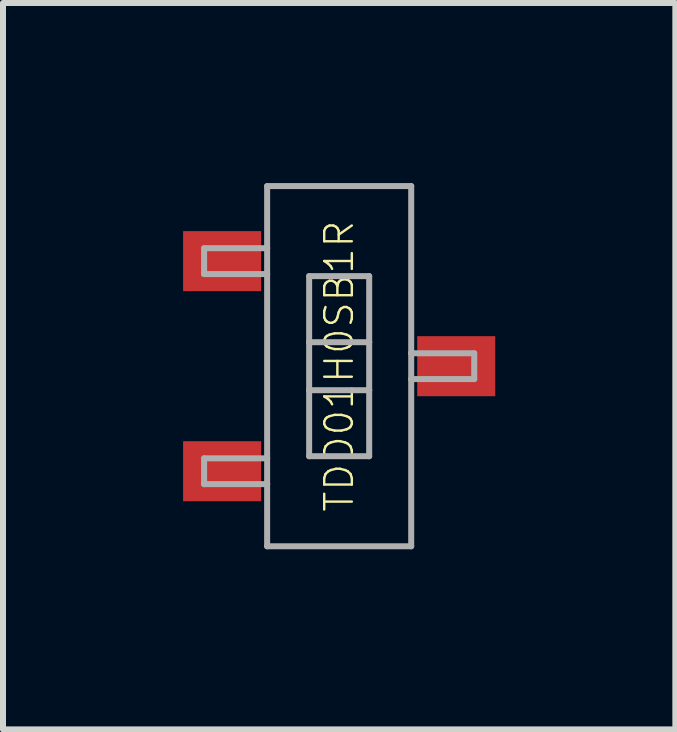
<source format=kicad_pcb>
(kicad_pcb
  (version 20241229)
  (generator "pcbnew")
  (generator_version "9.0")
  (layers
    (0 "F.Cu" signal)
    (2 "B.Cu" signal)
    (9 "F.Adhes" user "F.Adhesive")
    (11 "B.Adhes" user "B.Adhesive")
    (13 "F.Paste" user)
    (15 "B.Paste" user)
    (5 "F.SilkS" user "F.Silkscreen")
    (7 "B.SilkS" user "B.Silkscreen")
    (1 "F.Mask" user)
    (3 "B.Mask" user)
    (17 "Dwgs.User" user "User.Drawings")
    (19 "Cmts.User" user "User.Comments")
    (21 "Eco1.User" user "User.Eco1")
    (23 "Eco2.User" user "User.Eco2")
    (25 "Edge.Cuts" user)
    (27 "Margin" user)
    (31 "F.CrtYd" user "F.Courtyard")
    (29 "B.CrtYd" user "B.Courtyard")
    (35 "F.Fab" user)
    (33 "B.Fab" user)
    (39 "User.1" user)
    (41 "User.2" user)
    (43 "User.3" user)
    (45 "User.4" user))
  (footprint "TDD01H0SB1R"
    (layer "F.Cu")
    (at 2.6 3.05)
    (property "Reference" "TDD01H0SB1R" (at 0 0 90) (unlocked yes) (layer "F.SilkS") (effects (font (size 0.46 0.46) (thickness 0.04))))
    (fp_poly (pts (xy -1.3 -1.25) (xy -2.6 -1.25) (xy -2.6 -2.25) (xy -1.3 -2.25)) (stroke (width 0) (type default)) (fill yes) (layer "F.Paste"))
    (fp_poly (pts (xy -1.3 2.25) (xy -2.6 2.25) (xy -2.6 1.25) (xy -1.3 1.25)) (stroke (width 0) (type default)) (fill yes) (layer "F.Paste"))
    (fp_poly (pts (xy 2.6 0.5) (xy 1.3 0.5) (xy 1.3 -0.5) (xy 2.6 -0.5)) (stroke (width 0) (type default)) (fill yes) (layer "F.Paste"))
    (fp_line (start -2.25 -1.965) (end -1.2 -1.965) (stroke (width 0.1) (type solid)) (layer "F.Fab"))
    (fp_line (start -2.25 -1.535) (end -2.25 -1.965) (stroke (width 0.1) (type solid)) (layer "F.Fab"))
    (fp_line (start -2.25 1.535) (end -1.2 1.535) (stroke (width 0.1) (type solid)) (layer "F.Fab"))
    (fp_line (start -2.25 1.965) (end -2.25 1.535) (stroke (width 0.1) (type solid)) (layer "F.Fab"))
    (fp_line (start -1.2 -3) (end 1.2 -3) (stroke (width 0.1) (type solid)) (layer "F.Fab"))
    (fp_line (start -1.2 -1.965) (end -1.2 -3) (stroke (width 0.1) (type solid)) (layer "F.Fab"))
    (fp_line (start -1.2 -1.535) (end -2.25 -1.535) (stroke (width 0.1) (type solid)) (layer "F.Fab"))
    (fp_line (start -1.2 -1.535) (end -1.2 -1.965) (stroke (width 0.1) (type solid)) (layer "F.Fab"))
    (fp_line (start -1.2 1.535) (end -1.2 -1.535) (stroke (width 0.1) (type solid)) (layer "F.Fab"))
    (fp_line (start -1.2 1.965) (end -2.25 1.965) (stroke (width 0.1) (type solid)) (layer "F.Fab"))
    (fp_line (start -1.2 1.965) (end -1.2 1.535) (stroke (width 0.1) (type solid)) (layer "F.Fab"))
    (fp_line (start -1.2 3) (end -1.2 1.965) (stroke (width 0.1) (type solid)) (layer "F.Fab"))
    (fp_line (start -0.5 -1.5) (end -0.5 -0.4) (stroke (width 0.1) (type solid)) (layer "F.Fab"))
    (fp_line (start -0.5 -0.4) (end -0.5 0.4) (stroke (width 0.1) (type solid)) (layer "F.Fab"))
    (fp_line (start -0.5 -0.4) (end 0.5 -0.4) (stroke (width 0.1) (type solid)) (layer "F.Fab"))
    (fp_line (start -0.5 0.4) (end -0.5 1.5) (stroke (width 0.1) (type solid)) (layer "F.Fab"))
    (fp_line (start -0.5 1.5) (end 0.5 1.5) (stroke (width 0.1) (type solid)) (layer "F.Fab"))
    (fp_line (start 0.5 -1.5) (end -0.5 -1.5) (stroke (width 0.1) (type solid)) (layer "F.Fab"))
    (fp_line (start 0.5 -0.4) (end 0.5 -1.5) (stroke (width 0.1) (type solid)) (layer "F.Fab"))
    (fp_line (start 0.5 0.4) (end -0.5 0.4) (stroke (width 0.1) (type solid)) (layer "F.Fab"))
    (fp_line (start 0.5 0.4) (end 0.5 -0.4) (stroke (width 0.1) (type solid)) (layer "F.Fab"))
    (fp_line (start 0.5 1.5) (end 0.5 0.4) (stroke (width 0.1) (type solid)) (layer "F.Fab"))
    (fp_line (start 1.2 -3) (end 1.2 -0.215) (stroke (width 0.1) (type solid)) (layer "F.Fab"))
    (fp_line (start 1.2 -0.215) (end 1.2 0.215) (stroke (width 0.1) (type solid)) (layer "F.Fab"))
    (fp_line (start 1.2 0.215) (end 1.2 3) (stroke (width 0.1) (type solid)) (layer "F.Fab"))
    (fp_line (start 1.2 0.215) (end 2.25 0.215) (stroke (width 0.1) (type solid)) (layer "F.Fab"))
    (fp_line (start 1.2 3) (end -1.2 3) (stroke (width 0.1) (type solid)) (layer "F.Fab"))
    (fp_line (start 2.25 -0.215) (end 1.2 -0.215) (stroke (width 0.1) (type solid)) (layer "F.Fab"))
    (fp_line (start 2.25 0.215) (end 2.25 -0.215) (stroke (width 0.1) (type solid)) (layer "F.Fab"))
    (pad "1" smd rect (at -1.95 -1.75) (size 1.3 1) (layers "F.Cu" "F.Mask"))
    (pad "2" smd rect (at -1.95 1.75) (size 1.3 1) (layers "F.Cu" "F.Mask"))
    (pad "C" smd rect (at 1.95 0) (size 1.3 1) (layers "F.Cu" "F.Mask")))
  (gr_rect
    (start -3 -3)
    (end 8.2 9.1)
    (stroke (width 0.1) (type default))
    (fill no)
    (layer "Edge.Cuts")))
</source>
